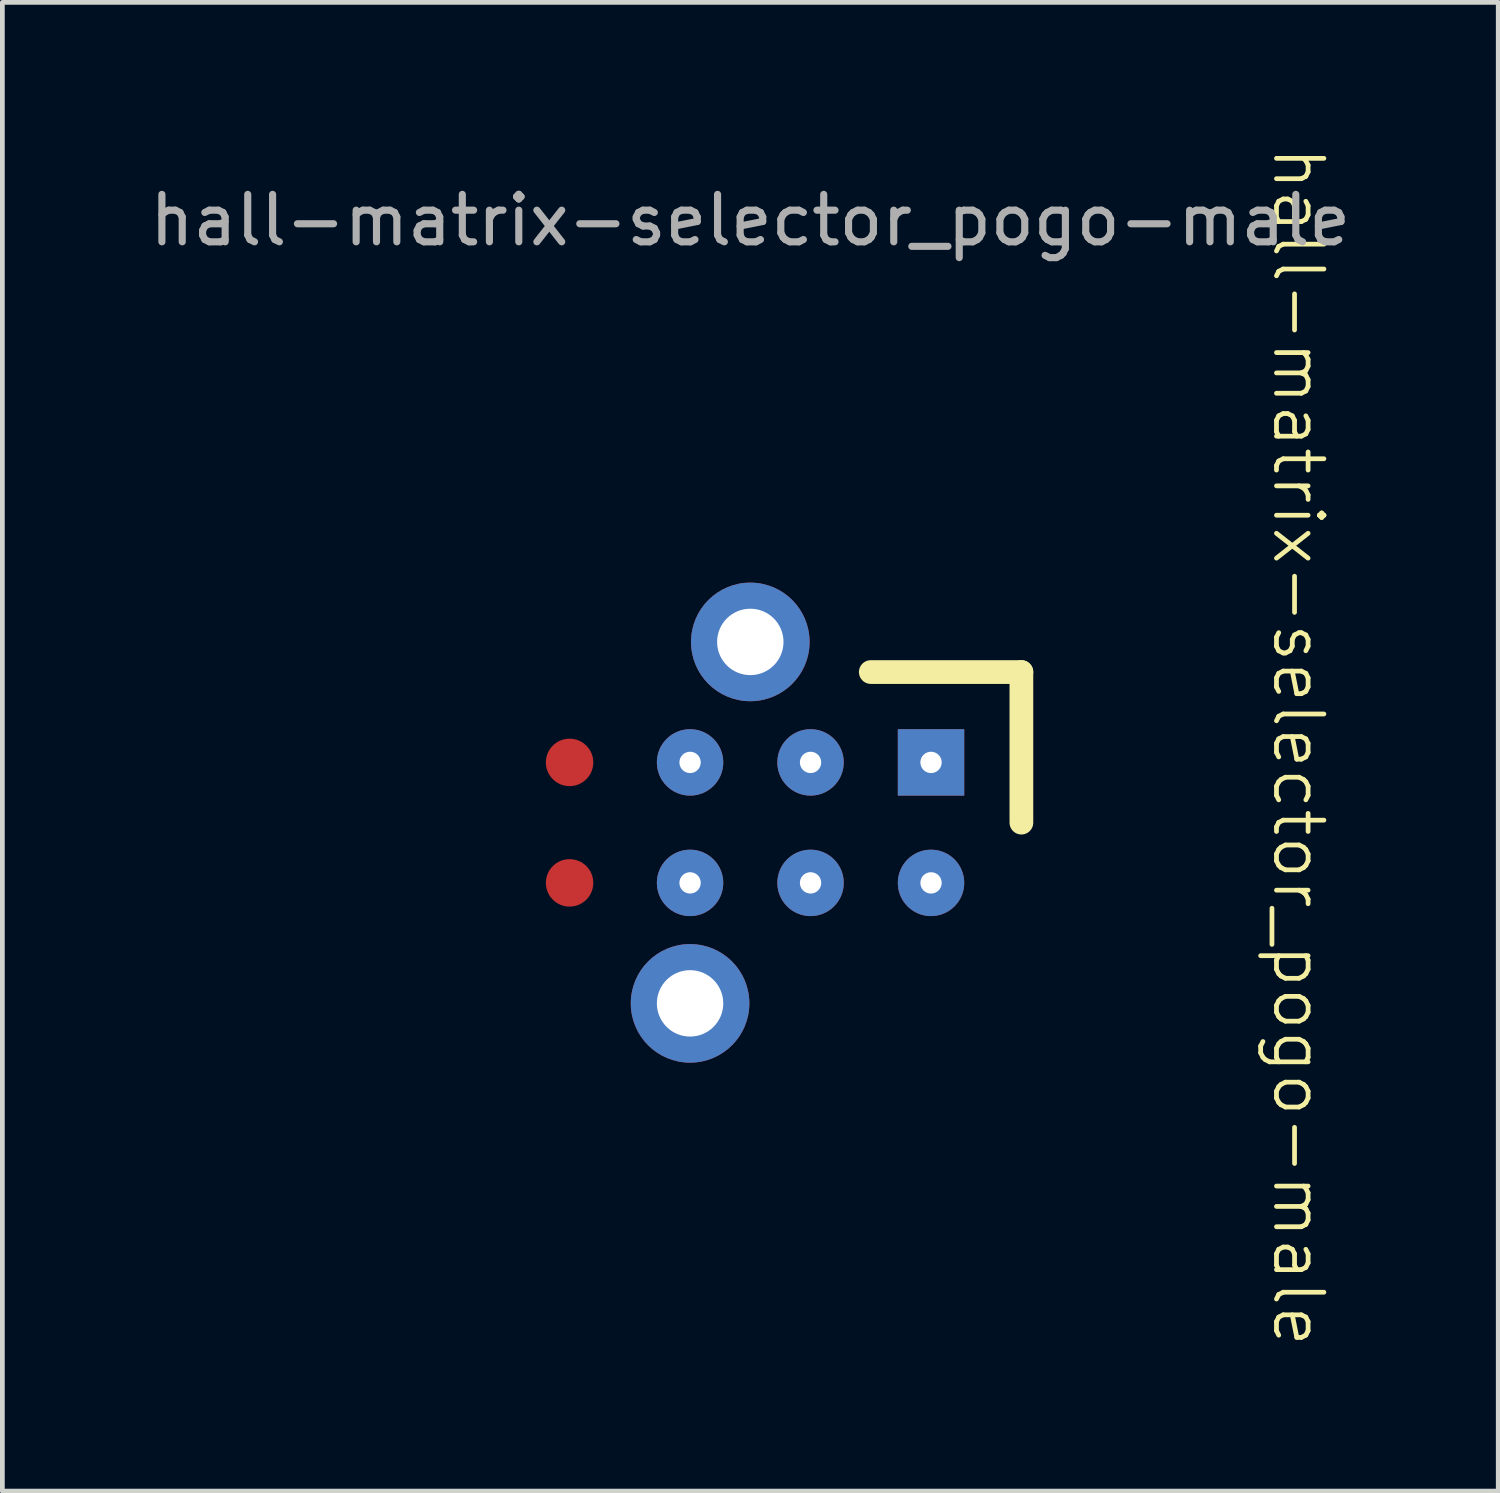
<source format=kicad_pcb>
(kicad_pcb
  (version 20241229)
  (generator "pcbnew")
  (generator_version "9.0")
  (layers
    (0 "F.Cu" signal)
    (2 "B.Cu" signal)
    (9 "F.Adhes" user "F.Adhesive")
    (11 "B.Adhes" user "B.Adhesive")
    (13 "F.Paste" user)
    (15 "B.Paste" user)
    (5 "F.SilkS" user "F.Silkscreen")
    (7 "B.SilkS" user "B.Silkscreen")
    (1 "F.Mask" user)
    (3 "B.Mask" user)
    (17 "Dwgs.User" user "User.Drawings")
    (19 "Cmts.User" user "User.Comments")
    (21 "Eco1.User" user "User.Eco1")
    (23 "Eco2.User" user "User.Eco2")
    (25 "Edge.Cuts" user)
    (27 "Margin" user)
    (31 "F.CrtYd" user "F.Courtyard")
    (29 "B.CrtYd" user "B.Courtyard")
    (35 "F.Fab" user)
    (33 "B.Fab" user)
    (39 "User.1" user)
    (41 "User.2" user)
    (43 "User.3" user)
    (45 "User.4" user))
  (footprint "hall-matrix-selector_pogo-male"
    (layer "F.Cu")
    (at 16.578 13.023)
    (property "Reference" "hall-matrix-selector_pogo-male" (at 7.74 -0.33 270) (unlocked yes) (layer "F.SilkS") (effects (font (size 1 1) (thickness 0.1))))
    (attr smd)
    (fp_line (start -1.27 -1.905) (end 1.905 -1.905) (stroke (width 0.5) (type default)) (layer "F.SilkS"))
    (fp_line (start 1.905 -1.905) (end 1.905 1.27) (stroke (width 0.5) (type default)) (layer "F.SilkS"))
    (fp_text user "${REFERENCE}" (at -3.81 -11.43 0) (unlocked yes) (layer "F.Fab") (effects (font (size 1 1) (thickness 0.15))))
    (pad "1" smd circle (at -7.62 2.54 180) (size 1 1) (layers "F.Cu" "F.Mask" "F.Paste"))
    (pad "1" thru_hole rect (at 0 0 180) (size 1.4 1.4) (drill 0.45) (layers "*.Cu" "*.Mask"))
    (pad "2" smd circle (at -7.62 0 180) (size 1 1) (layers "F.Cu" "F.Mask" "F.Paste"))
    (pad "2" thru_hole circle (at 0 2.54 180) (size 1.4 1.4) (drill 0.45) (layers "*.Cu" "*.Mask"))
    (pad "3" thru_hole circle (at -2.54 0 180) (size 1.4 1.4) (drill 0.45) (layers "*.Cu" "*.Mask"))
    (pad "4" thru_hole circle (at -2.54 2.54 180) (size 1.4 1.4) (drill 0.45) (layers "*.Cu" "*.Mask"))
    (pad "5" thru_hole circle (at -5.08 0 180) (size 1.4 1.4) (drill 0.45) (layers "*.Cu" "*.Mask"))
    (pad "6" thru_hole circle (at -5.08 2.54 180) (size 1.4 1.4) (drill 0.45) (layers "*.Cu" "*.Mask"))
    (pad "7" thru_hole circle (at -5.08 5.08 180) (size 2.5 2.5) (drill 1.4) (layers "*.Cu" "*.Mask"))
    (pad "7" thru_hole circle (at -3.81 -2.54 180) (size 2.5 2.5) (drill 1.4) (layers "*.Cu" "*.Mask")))
  (gr_rect
    (start -3 -3)
    (end 28.536 28.386)
    (stroke (width 0.1) (type default))
    (fill no)
    (layer "Edge.Cuts")))
</source>
